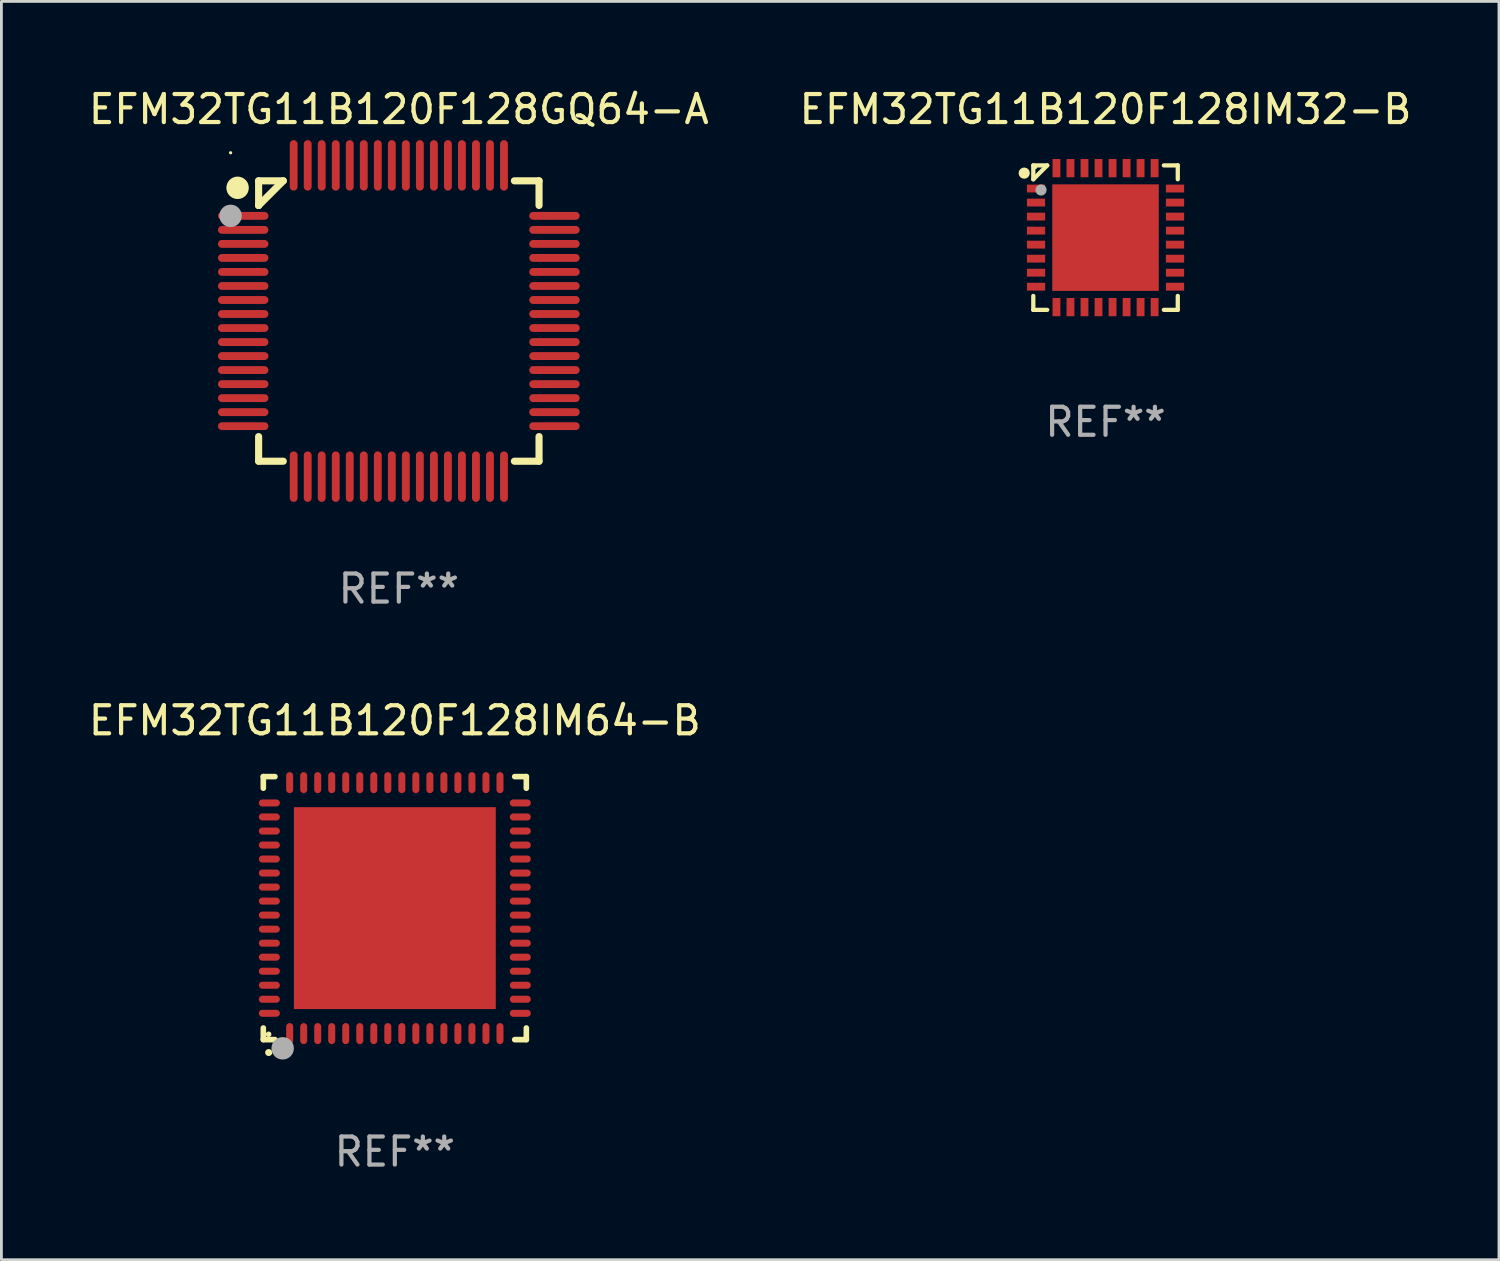
<source format=kicad_pcb>
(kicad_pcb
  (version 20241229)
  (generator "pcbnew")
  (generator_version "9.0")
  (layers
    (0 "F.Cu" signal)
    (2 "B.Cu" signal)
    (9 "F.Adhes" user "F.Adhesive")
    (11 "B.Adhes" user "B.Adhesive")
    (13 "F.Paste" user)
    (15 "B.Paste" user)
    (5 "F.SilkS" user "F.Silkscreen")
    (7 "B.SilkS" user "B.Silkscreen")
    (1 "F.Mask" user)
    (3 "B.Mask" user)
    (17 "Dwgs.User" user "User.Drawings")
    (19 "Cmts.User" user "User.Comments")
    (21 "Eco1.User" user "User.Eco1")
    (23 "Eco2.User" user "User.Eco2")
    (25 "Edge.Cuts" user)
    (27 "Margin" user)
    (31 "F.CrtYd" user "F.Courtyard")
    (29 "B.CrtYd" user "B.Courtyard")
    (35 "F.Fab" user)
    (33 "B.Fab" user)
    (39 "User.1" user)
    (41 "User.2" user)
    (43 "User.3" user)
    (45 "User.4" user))
  (footprint "EFM32TG11B120F128GQ64-A"
    (layer "F.Cu")
    (at 11.173 8.398)
    (property "Reference" "EFM32TG11B120F128GQ64-A" (at 0 -7.55 0) (layer "F.SilkS") (effects (font (size 1 1) (thickness 0.15))))
    (attr through_hole)
    (fp_line (start -5 -5) (end -4.121 -5) (stroke (width 0.254) (type solid)) (layer "F.SilkS"))
    (fp_line (start -5 -4.121) (end -5 -5) (stroke (width 0.254) (type solid)) (layer "F.SilkS"))
    (fp_line (start -5 -4.121) (end -5 -4.121) (stroke (width 0.254) (type solid)) (layer "F.SilkS"))
    (fp_line (start -5 -4.121) (end -4.121 -5) (stroke (width 0.254) (type solid)) (layer "F.SilkS"))
    (fp_line (start -5 5) (end -5 4.121) (stroke (width 0.254) (type solid)) (layer "F.SilkS"))
    (fp_line (start -4.121 5) (end -5 5) (stroke (width 0.254) (type solid)) (layer "F.SilkS"))
    (fp_line (start 4.121 -5) (end 5 -5) (stroke (width 0.254) (type solid)) (layer "F.SilkS"))
    (fp_line (start 5 -5) (end 5 -4.121) (stroke (width 0.254) (type solid)) (layer "F.SilkS"))
    (fp_line (start 5 4.121) (end 5 5) (stroke (width 0.254) (type solid)) (layer "F.SilkS"))
    (fp_line (start 5 5) (end 4.121 5) (stroke (width 0.254) (type solid)) (layer "F.SilkS"))
    (fp_circle (center -6 -6) (end -5.97 -6) (stroke (width 0.06) (type solid)) (fill no) (layer "F.SilkS"))
    (fp_circle (center -5.75 -4.75) (end -5.55 -4.75) (stroke (width 0.4) (type solid)) (fill no) (layer "F.SilkS"))
    (fp_circle (center -6 -3.75) (end -5.8 -3.75) (stroke (width 0.4) (type solid)) (fill no) (layer "F.Fab"))
    (fp_text user "REF**" (at 0 9.55 0) (layer "F.Fab") (effects (font (size 1 1) (thickness 0.15))))
    (pad "1" smd oval (at -5.55 -3.75 90) (size 0.28 1.8) (layers "F.Cu" "F.Mask" "F.Paste"))
    (pad "2" smd oval (at -5.55 -3.25 90) (size 0.28 1.8) (layers "F.Cu" "F.Mask" "F.Paste"))
    (pad "3" smd oval (at -5.55 -2.75 90) (size 0.28 1.8) (layers "F.Cu" "F.Mask" "F.Paste"))
    (pad "4" smd oval (at -5.55 -2.25 90) (size 0.28 1.8) (layers "F.Cu" "F.Mask" "F.Paste"))
    (pad "5" smd oval (at -5.55 -1.75 90) (size 0.28 1.8) (layers "F.Cu" "F.Mask" "F.Paste"))
    (pad "6" smd oval (at -5.55 -1.25 90) (size 0.28 1.8) (layers "F.Cu" "F.Mask" "F.Paste"))
    (pad "7" smd oval (at -5.55 -0.75 90) (size 0.28 1.8) (layers "F.Cu" "F.Mask" "F.Paste"))
    (pad "8" smd oval (at -5.55 -0.25 90) (size 0.28 1.8) (layers "F.Cu" "F.Mask" "F.Paste"))
    (pad "9" smd oval (at -5.55 0.25 90) (size 0.28 1.8) (layers "F.Cu" "F.Mask" "F.Paste"))
    (pad "10" smd oval (at -5.55 0.75 90) (size 0.28 1.8) (layers "F.Cu" "F.Mask" "F.Paste"))
    (pad "11" smd oval (at -5.55 1.25 90) (size 0.28 1.8) (layers "F.Cu" "F.Mask" "F.Paste"))
    (pad "12" smd oval (at -5.55 1.75 90) (size 0.28 1.8) (layers "F.Cu" "F.Mask" "F.Paste"))
    (pad "13" smd oval (at -5.55 2.25 90) (size 0.28 1.8) (layers "F.Cu" "F.Mask" "F.Paste"))
    (pad "14" smd oval (at -5.55 2.75 90) (size 0.28 1.8) (layers "F.Cu" "F.Mask" "F.Paste"))
    (pad "15" smd oval (at -5.55 3.25 90) (size 0.28 1.8) (layers "F.Cu" "F.Mask" "F.Paste"))
    (pad "16" smd oval (at -5.55 3.75 90) (size 0.28 1.8) (layers "F.Cu" "F.Mask" "F.Paste"))
    (pad "17" smd oval (at -3.75 5.55) (size 0.28 1.8) (layers "F.Cu" "F.Mask" "F.Paste"))
    (pad "18" smd oval (at -3.25 5.55) (size 0.28 1.8) (layers "F.Cu" "F.Mask" "F.Paste"))
    (pad "19" smd oval (at -2.75 5.55) (size 0.28 1.8) (layers "F.Cu" "F.Mask" "F.Paste"))
    (pad "20" smd oval (at -2.25 5.55) (size 0.28 1.8) (layers "F.Cu" "F.Mask" "F.Paste"))
    (pad "21" smd oval (at -1.75 5.55) (size 0.28 1.8) (layers "F.Cu" "F.Mask" "F.Paste"))
    (pad "22" smd oval (at -1.25 5.55) (size 0.28 1.8) (layers "F.Cu" "F.Mask" "F.Paste"))
    (pad "23" smd oval (at -0.75 5.55) (size 0.28 1.8) (layers "F.Cu" "F.Mask" "F.Paste"))
    (pad "24" smd oval (at -0.25 5.55) (size 0.28 1.8) (layers "F.Cu" "F.Mask" "F.Paste"))
    (pad "25" smd oval (at 0.25 5.55) (size 0.28 1.8) (layers "F.Cu" "F.Mask" "F.Paste"))
    (pad "26" smd oval (at 0.75 5.55) (size 0.28 1.8) (layers "F.Cu" "F.Mask" "F.Paste"))
    (pad "27" smd oval (at 1.25 5.55) (size 0.28 1.8) (layers "F.Cu" "F.Mask" "F.Paste"))
    (pad "28" smd oval (at 1.75 5.55) (size 0.28 1.8) (layers "F.Cu" "F.Mask" "F.Paste"))
    (pad "29" smd oval (at 2.25 5.55) (size 0.28 1.8) (layers "F.Cu" "F.Mask" "F.Paste"))
    (pad "30" smd oval (at 2.75 5.55) (size 0.28 1.8) (layers "F.Cu" "F.Mask" "F.Paste"))
    (pad "31" smd oval (at 3.25 5.55) (size 0.28 1.8) (layers "F.Cu" "F.Mask" "F.Paste"))
    (pad "32" smd oval (at 3.75 5.55) (size 0.28 1.8) (layers "F.Cu" "F.Mask" "F.Paste"))
    (pad "33" smd oval (at 5.55 3.75 90) (size 0.28 1.8) (layers "F.Cu" "F.Mask" "F.Paste"))
    (pad "34" smd oval (at 5.55 3.25 90) (size 0.28 1.8) (layers "F.Cu" "F.Mask" "F.Paste"))
    (pad "35" smd oval (at 5.55 2.75 90) (size 0.28 1.8) (layers "F.Cu" "F.Mask" "F.Paste"))
    (pad "36" smd oval (at 5.55 2.25 90) (size 0.28 1.8) (layers "F.Cu" "F.Mask" "F.Paste"))
    (pad "37" smd oval (at 5.55 1.75 90) (size 0.28 1.8) (layers "F.Cu" "F.Mask" "F.Paste"))
    (pad "38" smd oval (at 5.55 1.25 90) (size 0.28 1.8) (layers "F.Cu" "F.Mask" "F.Paste"))
    (pad "39" smd oval (at 5.55 0.75 90) (size 0.28 1.8) (layers "F.Cu" "F.Mask" "F.Paste"))
    (pad "40" smd oval (at 5.55 0.25 90) (size 0.28 1.8) (layers "F.Cu" "F.Mask" "F.Paste"))
    (pad "41" smd oval (at 5.55 -0.25 90) (size 0.28 1.8) (layers "F.Cu" "F.Mask" "F.Paste"))
    (pad "42" smd oval (at 5.55 -0.75 90) (size 0.28 1.8) (layers "F.Cu" "F.Mask" "F.Paste"))
    (pad "43" smd oval (at 5.55 -1.25 90) (size 0.28 1.8) (layers "F.Cu" "F.Mask" "F.Paste"))
    (pad "44" smd oval (at 5.55 -1.75 90) (size 0.28 1.8) (layers "F.Cu" "F.Mask" "F.Paste"))
    (pad "45" smd oval (at 5.55 -2.25 90) (size 0.28 1.8) (layers "F.Cu" "F.Mask" "F.Paste"))
    (pad "46" smd oval (at 5.55 -2.75 90) (size 0.28 1.8) (layers "F.Cu" "F.Mask" "F.Paste"))
    (pad "47" smd oval (at 5.55 -3.25 90) (size 0.28 1.8) (layers "F.Cu" "F.Mask" "F.Paste"))
    (pad "48" smd oval (at 5.55 -3.75 90) (size 0.28 1.8) (layers "F.Cu" "F.Mask" "F.Paste"))
    (pad "49" smd oval (at 3.75 -5.55) (size 0.28 1.8) (layers "F.Cu" "F.Mask" "F.Paste"))
    (pad "50" smd oval (at 3.25 -5.55) (size 0.28 1.8) (layers "F.Cu" "F.Mask" "F.Paste"))
    (pad "51" smd oval (at 2.75 -5.55) (size 0.28 1.8) (layers "F.Cu" "F.Mask" "F.Paste"))
    (pad "52" smd oval (at 2.25 -5.55) (size 0.28 1.8) (layers "F.Cu" "F.Mask" "F.Paste"))
    (pad "53" smd oval (at 1.75 -5.55) (size 0.28 1.8) (layers "F.Cu" "F.Mask" "F.Paste"))
    (pad "54" smd oval (at 1.25 -5.55) (size 0.28 1.8) (layers "F.Cu" "F.Mask" "F.Paste"))
    (pad "55" smd oval (at 0.75 -5.55) (size 0.28 1.8) (layers "F.Cu" "F.Mask" "F.Paste"))
    (pad "56" smd oval (at 0.25 -5.55) (size 0.28 1.8) (layers "F.Cu" "F.Mask" "F.Paste"))
    (pad "57" smd oval (at -0.25 -5.55) (size 0.28 1.8) (layers "F.Cu" "F.Mask" "F.Paste"))
    (pad "58" smd oval (at -0.75 -5.55) (size 0.28 1.8) (layers "F.Cu" "F.Mask" "F.Paste"))
    (pad "59" smd oval (at -1.25 -5.55) (size 0.28 1.8) (layers "F.Cu" "F.Mask" "F.Paste"))
    (pad "60" smd oval (at -1.75 -5.55) (size 0.28 1.8) (layers "F.Cu" "F.Mask" "F.Paste"))
    (pad "61" smd oval (at -2.25 -5.55) (size 0.28 1.8) (layers "F.Cu" "F.Mask" "F.Paste"))
    (pad "62" smd oval (at -2.75 -5.55) (size 0.28 1.8) (layers "F.Cu" "F.Mask" "F.Paste"))
    (pad "63" smd oval (at -3.25 -5.55) (size 0.28 1.8) (layers "F.Cu" "F.Mask" "F.Paste"))
    (pad "64" smd oval (at -3.75 -5.55) (size 0.28 1.8) (layers "F.Cu" "F.Mask" "F.Paste")))
  (footprint "EFM32TG11B120F128IM64-B"
    (layer "F.Cu")
    (at 11.03 29.335)
    (property "Reference" "EFM32TG11B120F128IM64-B" (at 0 -6.69 0) (layer "F.SilkS") (effects (font (size 1 1) (thickness 0.15))))
    (attr through_hole)
    (fp_line (start -4.69 -4.69) (end -4.275 -4.69) (stroke (width 0.2) (type solid)) (layer "F.SilkS"))
    (fp_line (start -4.69 -4.275) (end -4.69 -4.69) (stroke (width 0.2) (type solid)) (layer "F.SilkS"))
    (fp_line (start -4.69 4.69) (end -4.69 4.275) (stroke (width 0.2) (type solid)) (layer "F.SilkS"))
    (fp_line (start -4.275 4.69) (end -4.69 4.69) (stroke (width 0.2) (type solid)) (layer "F.SilkS"))
    (fp_line (start 4.275 4.69) (end 4.69 4.69) (stroke (width 0.2) (type solid)) (layer "F.SilkS"))
    (fp_line (start 4.69 -4.69) (end 4.275 -4.69) (stroke (width 0.2) (type solid)) (layer "F.SilkS"))
    (fp_line (start 4.69 -4.275) (end 4.69 -4.69) (stroke (width 0.2) (type solid)) (layer "F.SilkS"))
    (fp_line (start 4.69 4.69) (end 4.69 4.275) (stroke (width 0.2) (type solid)) (layer "F.SilkS"))
    (fp_arc (start -4.499886 5.15) (mid -4.498616 5.149994) (end -4.497346 5.15) (stroke (width 0.24892) (type solid)) (layer "F.SilkS"))
    (fp_circle (center -4.5 4.5) (end -4.45 4.5) (stroke (width 0.1) (type solid)) (fill no) (layer "F.SilkS"))
    (fp_circle (center -4 5) (end -3.8 5) (stroke (width 0.4) (type solid)) (fill no) (layer "F.Fab"))
    (fp_text user "REF**" (at 0 8.69 0) (layer "F.Fab") (effects (font (size 1 1) (thickness 0.15))))
    (pad "1" smd oval (at -3.75 4.475) (size 0.25 0.75) (layers "F.Cu" "F.Mask" "F.Paste"))
    (pad "2" smd oval (at -3.25 4.475) (size 0.25 0.75) (layers "F.Cu" "F.Mask" "F.Paste"))
    (pad "3" smd oval (at -2.75 4.475) (size 0.25 0.75) (layers "F.Cu" "F.Mask" "F.Paste"))
    (pad "4" smd oval (at -2.25 4.475) (size 0.25 0.75) (layers "F.Cu" "F.Mask" "F.Paste"))
    (pad "5" smd oval (at -1.75 4.475) (size 0.25 0.75) (layers "F.Cu" "F.Mask" "F.Paste"))
    (pad "6" smd oval (at -1.25 4.475) (size 0.25 0.75) (layers "F.Cu" "F.Mask" "F.Paste"))
    (pad "7" smd oval (at -0.75 4.475) (size 0.25 0.75) (layers "F.Cu" "F.Mask" "F.Paste"))
    (pad "8" smd oval (at -0.25 4.475) (size 0.25 0.75) (layers "F.Cu" "F.Mask" "F.Paste"))
    (pad "9" smd oval (at 0.25 4.475) (size 0.25 0.75) (layers "F.Cu" "F.Mask" "F.Paste"))
    (pad "10" smd oval (at 0.75 4.475) (size 0.25 0.75) (layers "F.Cu" "F.Mask" "F.Paste"))
    (pad "11" smd oval (at 1.25 4.475) (size 0.25 0.75) (layers "F.Cu" "F.Mask" "F.Paste"))
    (pad "12" smd oval (at 1.75 4.475) (size 0.25 0.75) (layers "F.Cu" "F.Mask" "F.Paste"))
    (pad "13" smd oval (at 2.25 4.475) (size 0.25 0.75) (layers "F.Cu" "F.Mask" "F.Paste"))
    (pad "14" smd oval (at 2.75 4.475) (size 0.25 0.75) (layers "F.Cu" "F.Mask" "F.Paste"))
    (pad "15" smd oval (at 3.25 4.475) (size 0.25 0.75) (layers "F.Cu" "F.Mask" "F.Paste"))
    (pad "16" smd oval (at 3.75 4.475) (size 0.25 0.75) (layers "F.Cu" "F.Mask" "F.Paste"))
    (pad "17" smd oval (at 4.475 3.75) (size 0.75 0.25) (layers "F.Cu" "F.Mask" "F.Paste"))
    (pad "18" smd oval (at 4.475 3.25) (size 0.75 0.25) (layers "F.Cu" "F.Mask" "F.Paste"))
    (pad "19" smd oval (at 4.475 2.75) (size 0.75 0.25) (layers "F.Cu" "F.Mask" "F.Paste"))
    (pad "20" smd oval (at 4.475 2.25) (size 0.75 0.25) (layers "F.Cu" "F.Mask" "F.Paste"))
    (pad "21" smd oval (at 4.475 1.75) (size 0.75 0.25) (layers "F.Cu" "F.Mask" "F.Paste"))
    (pad "22" smd oval (at 4.475 1.25) (size 0.75 0.25) (layers "F.Cu" "F.Mask" "F.Paste"))
    (pad "23" smd oval (at 4.475 0.75) (size 0.75 0.25) (layers "F.Cu" "F.Mask" "F.Paste"))
    (pad "24" smd oval (at 4.475 0.25) (size 0.75 0.25) (layers "F.Cu" "F.Mask" "F.Paste"))
    (pad "25" smd oval (at 4.475 -0.25) (size 0.75 0.25) (layers "F.Cu" "F.Mask" "F.Paste"))
    (pad "26" smd oval (at 4.475 -0.75) (size 0.75 0.25) (layers "F.Cu" "F.Mask" "F.Paste"))
    (pad "27" smd oval (at 4.475 -1.25) (size 0.75 0.25) (layers "F.Cu" "F.Mask" "F.Paste"))
    (pad "28" smd oval (at 4.475 -1.75) (size 0.75 0.25) (layers "F.Cu" "F.Mask" "F.Paste"))
    (pad "29" smd oval (at 4.475 -2.25) (size 0.75 0.25) (layers "F.Cu" "F.Mask" "F.Paste"))
    (pad "30" smd oval (at 4.475 -2.75) (size 0.75 0.25) (layers "F.Cu" "F.Mask" "F.Paste"))
    (pad "31" smd oval (at 4.475 -3.25) (size 0.75 0.25) (layers "F.Cu" "F.Mask" "F.Paste"))
    (pad "32" smd oval (at 4.475 -3.75) (size 0.75 0.25) (layers "F.Cu" "F.Mask" "F.Paste"))
    (pad "33" smd oval (at 3.75 -4.475) (size 0.25 0.75) (layers "F.Cu" "F.Mask" "F.Paste"))
    (pad "34" smd oval (at 3.25 -4.475) (size 0.25 0.75) (layers "F.Cu" "F.Mask" "F.Paste"))
    (pad "35" smd oval (at 2.75 -4.475) (size 0.25 0.75) (layers "F.Cu" "F.Mask" "F.Paste"))
    (pad "36" smd oval (at 2.25 -4.475) (size 0.25 0.75) (layers "F.Cu" "F.Mask" "F.Paste"))
    (pad "37" smd oval (at 1.75 -4.475) (size 0.25 0.75) (layers "F.Cu" "F.Mask" "F.Paste"))
    (pad "38" smd oval (at 1.25 -4.475) (size 0.25 0.75) (layers "F.Cu" "F.Mask" "F.Paste"))
    (pad "39" smd oval (at 0.75 -4.475) (size 0.25 0.75) (layers "F.Cu" "F.Mask" "F.Paste"))
    (pad "40" smd oval (at 0.25 -4.475) (size 0.25 0.75) (layers "F.Cu" "F.Mask" "F.Paste"))
    (pad "41" smd oval (at -0.25 -4.475) (size 0.25 0.75) (layers "F.Cu" "F.Mask" "F.Paste"))
    (pad "42" smd oval (at -0.75 -4.475) (size 0.25 0.75) (layers "F.Cu" "F.Mask" "F.Paste"))
    (pad "43" smd oval (at -1.25 -4.475) (size 0.25 0.75) (layers "F.Cu" "F.Mask" "F.Paste"))
    (pad "44" smd oval (at -1.75 -4.475) (size 0.25 0.75) (layers "F.Cu" "F.Mask" "F.Paste"))
    (pad "45" smd oval (at -2.25 -4.475) (size 0.25 0.75) (layers "F.Cu" "F.Mask" "F.Paste"))
    (pad "46" smd oval (at -2.75 -4.475) (size 0.25 0.75) (layers "F.Cu" "F.Mask" "F.Paste"))
    (pad "47" smd oval (at -3.25 -4.475) (size 0.25 0.75) (layers "F.Cu" "F.Mask" "F.Paste"))
    (pad "48" smd oval (at -3.75 -4.475) (size 0.25 0.75) (layers "F.Cu" "F.Mask" "F.Paste"))
    (pad "49" smd oval (at -4.475 -3.75) (size 0.75 0.25) (layers "F.Cu" "F.Mask" "F.Paste"))
    (pad "50" smd oval (at -4.475 -3.25) (size 0.75 0.25) (layers "F.Cu" "F.Mask" "F.Paste"))
    (pad "51" smd oval (at -4.475 -2.75) (size 0.75 0.25) (layers "F.Cu" "F.Mask" "F.Paste"))
    (pad "52" smd oval (at -4.475 -2.25) (size 0.75 0.25) (layers "F.Cu" "F.Mask" "F.Paste"))
    (pad "53" smd oval (at -4.475 -1.75) (size 0.75 0.25) (layers "F.Cu" "F.Mask" "F.Paste"))
    (pad "54" smd oval (at -4.475 -1.25) (size 0.75 0.25) (layers "F.Cu" "F.Mask" "F.Paste"))
    (pad "55" smd oval (at -4.475 -0.75) (size 0.75 0.25) (layers "F.Cu" "F.Mask" "F.Paste"))
    (pad "56" smd oval (at -4.475 -0.25) (size 0.75 0.25) (layers "F.Cu" "F.Mask" "F.Paste"))
    (pad "57" smd oval (at -4.475 0.25) (size 0.75 0.25) (layers "F.Cu" "F.Mask" "F.Paste"))
    (pad "58" smd oval (at -4.475 0.75) (size 0.75 0.25) (layers "F.Cu" "F.Mask" "F.Paste"))
    (pad "59" smd oval (at -4.475 1.25) (size 0.75 0.25) (layers "F.Cu" "F.Mask" "F.Paste"))
    (pad "60" smd oval (at -4.475 1.75) (size 0.75 0.25) (layers "F.Cu" "F.Mask" "F.Paste"))
    (pad "61" smd oval (at -4.475 2.25) (size 0.75 0.25) (layers "F.Cu" "F.Mask" "F.Paste"))
    (pad "62" smd oval (at -4.475 2.75) (size 0.75 0.25) (layers "F.Cu" "F.Mask" "F.Paste"))
    (pad "63" smd oval (at -4.475 3.25) (size 0.75 0.25) (layers "F.Cu" "F.Mask" "F.Paste"))
    (pad "64" smd oval (at -4.475 3.75) (size 0.75 0.25) (layers "F.Cu" "F.Mask" "F.Paste"))
    (pad "65" smd rect (at 0.000368 0.000013) (size 7.2 7.2) (layers "F.Cu" "F.Mask" "F.Paste")))
  (footprint "EFM32TG11B120F128IM32-B"
    (layer "F.Cu")
    (at 36.375 5.424)
    (property "Reference" "EFM32TG11B120F128IM32-B" (at 0 -4.576 0) (layer "F.SilkS") (effects (font (size 1 1) (thickness 0.15))))
    (attr through_hole)
    (fp_line (start -2.576 -2.576) (end -2.576 -2.08) (stroke (width 0.152) (type solid)) (layer "F.SilkS"))
    (fp_line (start -2.576 2.576) (end -2.576 2.08) (stroke (width 0.152) (type solid)) (layer "F.SilkS"))
    (fp_line (start -2.08 -2.576) (end -2.576 -2.576) (stroke (width 0.152) (type solid)) (layer "F.SilkS"))
    (fp_line (start -2.08 -2.576) (end -2.576 -2.08) (stroke (width 0.152) (type solid)) (layer "F.SilkS"))
    (fp_line (start -2.08 2.576) (end -2.576 2.576) (stroke (width 0.152) (type solid)) (layer "F.SilkS"))
    (fp_line (start 2.08 -2.576) (end 2.576 -2.576) (stroke (width 0.152) (type solid)) (layer "F.SilkS"))
    (fp_line (start 2.08 2.576) (end 2.576 2.576) (stroke (width 0.152) (type solid)) (layer "F.SilkS"))
    (fp_line (start 2.576 -2.576) (end 2.576 -2.08) (stroke (width 0.152) (type solid)) (layer "F.SilkS"))
    (fp_line (start 2.576 2.576) (end 2.576 2.08) (stroke (width 0.152) (type solid)) (layer "F.SilkS"))
    (fp_circle (center -2.9 -2.3) (end -2.8 -2.3) (stroke (width 0.2) (type solid)) (fill no) (layer "F.SilkS"))
    (fp_circle (center -2.5 -2.5) (end -2.47 -2.5) (stroke (width 0.06) (type solid)) (fill no) (layer "F.SilkS"))
    (fp_circle (center -2.3 -1.7) (end -2.2 -1.7) (stroke (width 0.2) (type solid)) (fill no) (layer "F.Fab"))
    (fp_text user "REF**" (at 0 6.576 0) (layer "F.Fab") (effects (font (size 1 1) (thickness 0.15))))
    (pad "1" smd rect (at -2.478 -1.75) (size 0.65 0.28) (layers "F.Cu" "F.Mask" "F.Paste"))
    (pad "2" smd rect (at -2.478 -1.25) (size 0.65 0.28) (layers "F.Cu" "F.Mask" "F.Paste"))
    (pad "3" smd rect (at -2.478 -0.75) (size 0.65 0.28) (layers "F.Cu" "F.Mask" "F.Paste"))
    (pad "4" smd rect (at -2.478 -0.25) (size 0.65 0.28) (layers "F.Cu" "F.Mask" "F.Paste"))
    (pad "5" smd rect (at -2.478 0.25) (size 0.65 0.28) (layers "F.Cu" "F.Mask" "F.Paste"))
    (pad "6" smd rect (at -2.478 0.75) (size 0.65 0.28) (layers "F.Cu" "F.Mask" "F.Paste"))
    (pad "7" smd rect (at -2.478 1.25) (size 0.65 0.28) (layers "F.Cu" "F.Mask" "F.Paste"))
    (pad "8" smd rect (at -2.478 1.75) (size 0.65 0.28) (layers "F.Cu" "F.Mask" "F.Paste"))
    (pad "9" smd rect (at -1.75 2.478) (size 0.28 0.65) (layers "F.Cu" "F.Mask" "F.Paste"))
    (pad "10" smd rect (at -1.25 2.478) (size 0.28 0.65) (layers "F.Cu" "F.Mask" "F.Paste"))
    (pad "11" smd rect (at -0.75 2.478) (size 0.28 0.65) (layers "F.Cu" "F.Mask" "F.Paste"))
    (pad "12" smd rect (at -0.25 2.478) (size 0.28 0.65) (layers "F.Cu" "F.Mask" "F.Paste"))
    (pad "13" smd rect (at 0.25 2.478) (size 0.28 0.65) (layers "F.Cu" "F.Mask" "F.Paste"))
    (pad "14" smd rect (at 0.75 2.478) (size 0.28 0.65) (layers "F.Cu" "F.Mask" "F.Paste"))
    (pad "15" smd rect (at 1.25 2.478) (size 0.28 0.65) (layers "F.Cu" "F.Mask" "F.Paste"))
    (pad "16" smd rect (at 1.75 2.478) (size 0.28 0.65) (layers "F.Cu" "F.Mask" "F.Paste"))
    (pad "17" smd rect (at 2.478 1.75) (size 0.65 0.28) (layers "F.Cu" "F.Mask" "F.Paste"))
    (pad "18" smd rect (at 2.478 1.25) (size 0.65 0.28) (layers "F.Cu" "F.Mask" "F.Paste"))
    (pad "19" smd rect (at 2.478 0.75) (size 0.65 0.28) (layers "F.Cu" "F.Mask" "F.Paste"))
    (pad "20" smd rect (at 2.478 0.25) (size 0.65 0.28) (layers "F.Cu" "F.Mask" "F.Paste"))
    (pad "21" smd rect (at 2.478 -0.25) (size 0.65 0.28) (layers "F.Cu" "F.Mask" "F.Paste"))
    (pad "22" smd rect (at 2.478 -0.75) (size 0.65 0.28) (layers "F.Cu" "F.Mask" "F.Paste"))
    (pad "23" smd rect (at 2.478 -1.25) (size 0.65 0.28) (layers "F.Cu" "F.Mask" "F.Paste"))
    (pad "24" smd rect (at 2.478 -1.75) (size 0.65 0.28) (layers "F.Cu" "F.Mask" "F.Paste"))
    (pad "25" smd rect (at 1.75 -2.478) (size 0.28 0.65) (layers "F.Cu" "F.Mask" "F.Paste"))
    (pad "26" smd rect (at 1.25 -2.478) (size 0.28 0.65) (layers "F.Cu" "F.Mask" "F.Paste"))
    (pad "27" smd rect (at 0.75 -2.478) (size 0.28 0.65) (layers "F.Cu" "F.Mask" "F.Paste"))
    (pad "28" smd rect (at 0.25 -2.478) (size 0.28 0.65) (layers "F.Cu" "F.Mask" "F.Paste"))
    (pad "29" smd rect (at -0.25 -2.478) (size 0.28 0.65) (layers "F.Cu" "F.Mask" "F.Paste"))
    (pad "30" smd rect (at -0.75 -2.478) (size 0.28 0.65) (layers "F.Cu" "F.Mask" "F.Paste"))
    (pad "31" smd rect (at -1.25 -2.478) (size 0.28 0.65) (layers "F.Cu" "F.Mask" "F.Paste"))
    (pad "32" smd rect (at -1.75 -2.478) (size 0.28 0.65) (layers "F.Cu" "F.Mask" "F.Paste"))
    (pad "33" smd rect (at 0 0) (size 3.8 3.8) (layers "F.Cu" "F.Mask" "F.Paste")))
  (gr_rect
    (start -3 -3)
    (end 50.405 41.873)
    (stroke (width 0.1) (type default))
    (fill no)
    (layer "Edge.Cuts")))
</source>
